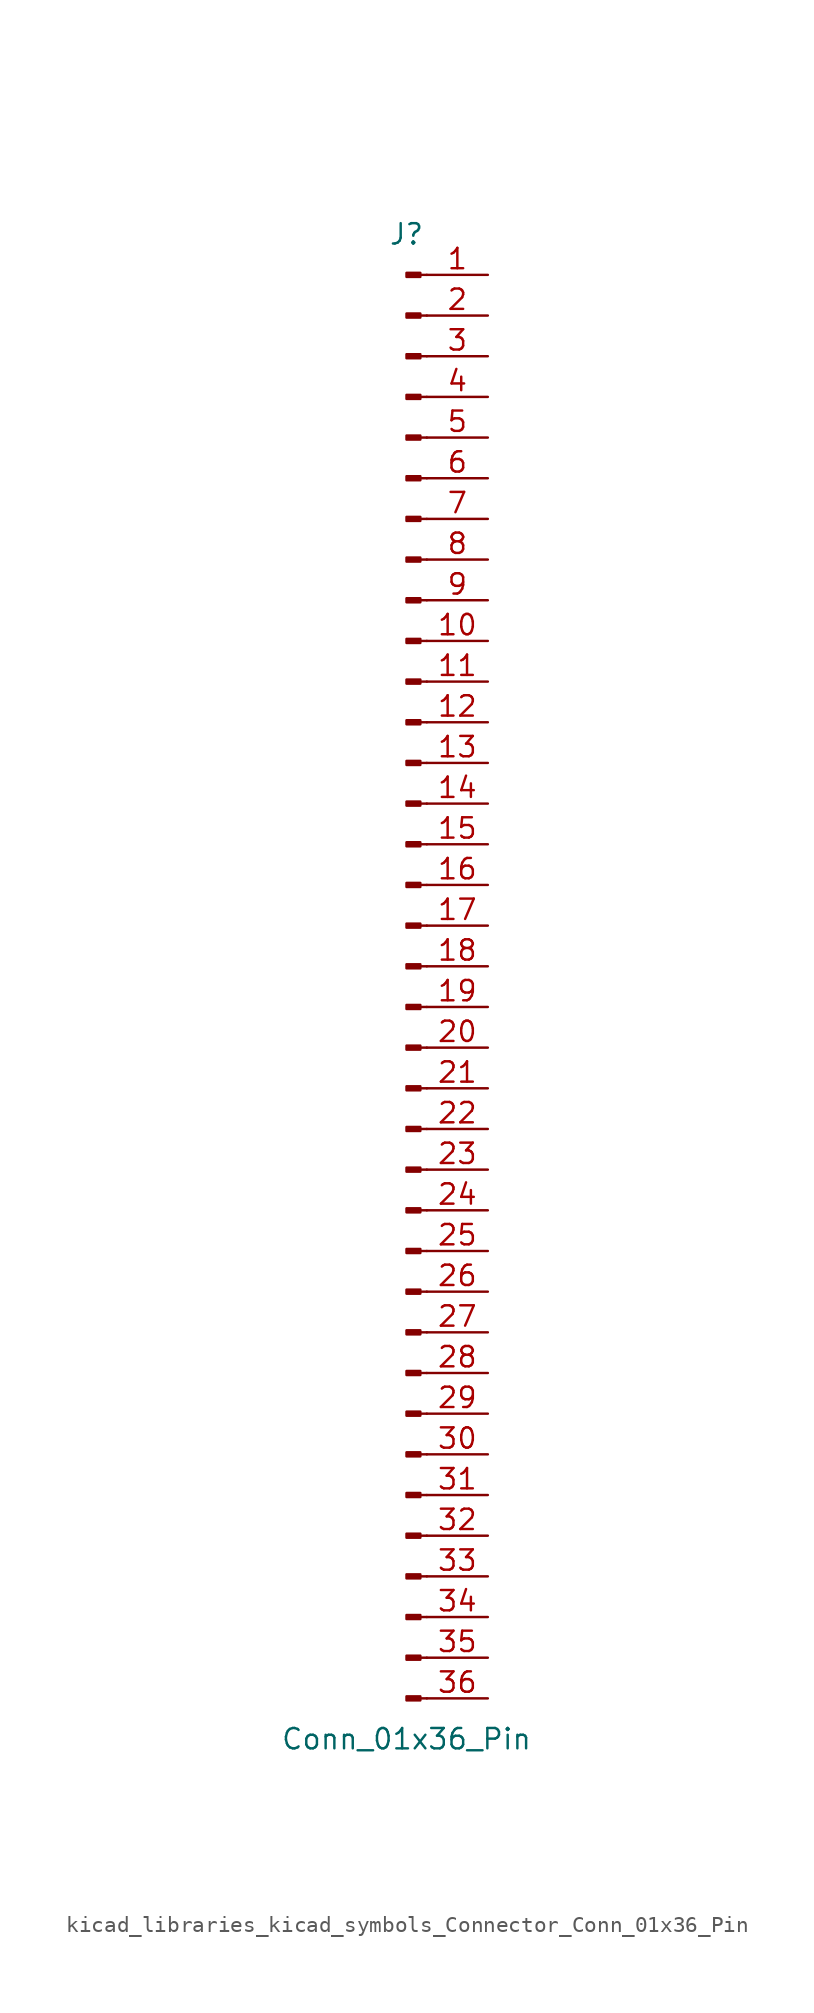
<source format=kicad_sym>
(kicad_symbol_lib
  (version 20220914)
  (generator kicad_symbol_editor)
  (symbol "kicad_libraries_kicad_symbols_Connector_Conn_01x36_Pin"
    (pin_names
      (offset 1.016) hide)
    (property "Reference" "J"
      (at 0 45.72 0)
      (effects (font (size 1.27 1.27))))
    (property "Value" "Conn_01x36_Pin"
      (at 0 -48.26 0)
      (effects (font (size 1.27 1.27))))
    (property "ki_locked" ""
      (at 0 0 0)
      (effects (font (size 1.27 1.27))))
    (symbol "kicad_libraries_kicad_symbols_Connector_Conn_01x36_Pin_1_1"
      (polyline (pts (xy 1.27 -45.72) (xy 0.864 -45.72)) (stroke (width 0.152) (type default)) (fill (type none)))
      (polyline (pts (xy 1.27 -43.18) (xy 0.864 -43.18)) (stroke (width 0.152) (type default)) (fill (type none)))
      (polyline (pts (xy 1.27 -40.64) (xy 0.864 -40.64)) (stroke (width 0.152) (type default)) (fill (type none)))
      (polyline (pts (xy 1.27 -38.1) (xy 0.864 -38.1)) (stroke (width 0.152) (type default)) (fill (type none)))
      (polyline (pts (xy 1.27 -35.56) (xy 0.864 -35.56)) (stroke (width 0.152) (type default)) (fill (type none)))
      (polyline (pts (xy 1.27 -33.02) (xy 0.864 -33.02)) (stroke (width 0.152) (type default)) (fill (type none)))
      (polyline (pts (xy 1.27 -30.48) (xy 0.864 -30.48)) (stroke (width 0.152) (type default)) (fill (type none)))
      (polyline (pts (xy 1.27 -27.94) (xy 0.864 -27.94)) (stroke (width 0.152) (type default)) (fill (type none)))
      (polyline (pts (xy 1.27 -25.4) (xy 0.864 -25.4)) (stroke (width 0.152) (type default)) (fill (type none)))
      (polyline (pts (xy 1.27 -22.86) (xy 0.864 -22.86)) (stroke (width 0.152) (type default)) (fill (type none)))
      (polyline (pts (xy 1.27 -20.32) (xy 0.864 -20.32)) (stroke (width 0.152) (type default)) (fill (type none)))
      (polyline (pts (xy 1.27 -17.78) (xy 0.864 -17.78)) (stroke (width 0.152) (type default)) (fill (type none)))
      (polyline (pts (xy 1.27 -15.24) (xy 0.864 -15.24)) (stroke (width 0.152) (type default)) (fill (type none)))
      (polyline (pts (xy 1.27 -12.7) (xy 0.864 -12.7)) (stroke (width 0.152) (type default)) (fill (type none)))
      (polyline (pts (xy 1.27 -10.16) (xy 0.864 -10.16)) (stroke (width 0.152) (type default)) (fill (type none)))
      (polyline (pts (xy 1.27 -7.62) (xy 0.864 -7.62)) (stroke (width 0.152) (type default)) (fill (type none)))
      (polyline (pts (xy 1.27 -5.08) (xy 0.864 -5.08)) (stroke (width 0.152) (type default)) (fill (type none)))
      (polyline (pts (xy 1.27 -2.54) (xy 0.864 -2.54)) (stroke (width 0.152) (type default)) (fill (type none)))
      (polyline (pts (xy 1.27 0) (xy 0.864 0)) (stroke (width 0.152) (type default)) (fill (type none)))
      (polyline (pts (xy 1.27 2.54) (xy 0.864 2.54)) (stroke (width 0.152) (type default)) (fill (type none)))
      (polyline (pts (xy 1.27 5.08) (xy 0.864 5.08)) (stroke (width 0.152) (type default)) (fill (type none)))
      (polyline (pts (xy 1.27 7.62) (xy 0.864 7.62)) (stroke (width 0.152) (type default)) (fill (type none)))
      (polyline (pts (xy 1.27 10.16) (xy 0.864 10.16)) (stroke (width 0.152) (type default)) (fill (type none)))
      (polyline (pts (xy 1.27 12.7) (xy 0.864 12.7)) (stroke (width 0.152) (type default)) (fill (type none)))
      (polyline (pts (xy 1.27 15.24) (xy 0.864 15.24)) (stroke (width 0.152) (type default)) (fill (type none)))
      (polyline (pts (xy 1.27 17.78) (xy 0.864 17.78)) (stroke (width 0.152) (type default)) (fill (type none)))
      (polyline (pts (xy 1.27 20.32) (xy 0.864 20.32)) (stroke (width 0.152) (type default)) (fill (type none)))
      (polyline (pts (xy 1.27 22.86) (xy 0.864 22.86)) (stroke (width 0.152) (type default)) (fill (type none)))
      (polyline (pts (xy 1.27 25.4) (xy 0.864 25.4)) (stroke (width 0.152) (type default)) (fill (type none)))
      (polyline (pts (xy 1.27 27.94) (xy 0.864 27.94)) (stroke (width 0.152) (type default)) (fill (type none)))
      (polyline (pts (xy 1.27 30.48) (xy 0.864 30.48)) (stroke (width 0.152) (type default)) (fill (type none)))
      (polyline (pts (xy 1.27 33.02) (xy 0.864 33.02)) (stroke (width 0.152) (type default)) (fill (type none)))
      (polyline (pts (xy 1.27 35.56) (xy 0.864 35.56)) (stroke (width 0.152) (type default)) (fill (type none)))
      (polyline (pts (xy 1.27 38.1) (xy 0.864 38.1)) (stroke (width 0.152) (type default)) (fill (type none)))
      (polyline (pts (xy 1.27 40.64) (xy 0.864 40.64)) (stroke (width 0.152) (type default)) (fill (type none)))
      (polyline (pts (xy 1.27 43.18) (xy 0.864 43.18)) (stroke (width 0.152) (type default)) (fill (type none)))
      (rectangle (start 0.864 -45.593) (end 0 -45.847) (stroke (width 0.152) (type default)) (fill (type outline)))
      (rectangle (start 0.864 -43.053) (end 0 -43.307) (stroke (width 0.152) (type default)) (fill (type outline)))
      (rectangle (start 0.864 -40.513) (end 0 -40.767) (stroke (width 0.152) (type default)) (fill (type outline)))
      (rectangle (start 0.864 -37.973) (end 0 -38.227) (stroke (width 0.152) (type default)) (fill (type outline)))
      (rectangle (start 0.864 -35.433) (end 0 -35.687) (stroke (width 0.152) (type default)) (fill (type outline)))
      (rectangle (start 0.864 -32.893) (end 0 -33.147) (stroke (width 0.152) (type default)) (fill (type outline)))
      (rectangle (start 0.864 -30.353) (end 0 -30.607) (stroke (width 0.152) (type default)) (fill (type outline)))
      (rectangle (start 0.864 -27.813) (end 0 -28.067) (stroke (width 0.152) (type default)) (fill (type outline)))
      (rectangle (start 0.864 -25.273) (end 0 -25.527) (stroke (width 0.152) (type default)) (fill (type outline)))
      (rectangle (start 0.864 -22.733) (end 0 -22.987) (stroke (width 0.152) (type default)) (fill (type outline)))
      (rectangle (start 0.864 -20.193) (end 0 -20.447) (stroke (width 0.152) (type default)) (fill (type outline)))
      (rectangle (start 0.864 -17.653) (end 0 -17.907) (stroke (width 0.152) (type default)) (fill (type outline)))
      (rectangle (start 0.864 -15.113) (end 0 -15.367) (stroke (width 0.152) (type default)) (fill (type outline)))
      (rectangle (start 0.864 -12.573) (end 0 -12.827) (stroke (width 0.152) (type default)) (fill (type outline)))
      (rectangle (start 0.864 -10.033) (end 0 -10.287) (stroke (width 0.152) (type default)) (fill (type outline)))
      (rectangle (start 0.864 -7.493) (end 0 -7.747) (stroke (width 0.152) (type default)) (fill (type outline)))
      (rectangle (start 0.864 -4.953) (end 0 -5.207) (stroke (width 0.152) (type default)) (fill (type outline)))
      (rectangle (start 0.864 -2.413) (end 0 -2.667) (stroke (width 0.152) (type default)) (fill (type outline)))
      (rectangle (start 0.864 0.127) (end 0 -0.127) (stroke (width 0.152) (type default)) (fill (type outline)))
      (rectangle (start 0.864 2.667) (end 0 2.413) (stroke (width 0.152) (type default)) (fill (type outline)))
      (rectangle (start 0.864 5.207) (end 0 4.953) (stroke (width 0.152) (type default)) (fill (type outline)))
      (rectangle (start 0.864 7.747) (end 0 7.493) (stroke (width 0.152) (type default)) (fill (type outline)))
      (rectangle (start 0.864 10.287) (end 0 10.033) (stroke (width 0.152) (type default)) (fill (type outline)))
      (rectangle (start 0.864 12.827) (end 0 12.573) (stroke (width 0.152) (type default)) (fill (type outline)))
      (rectangle (start 0.864 15.367) (end 0 15.113) (stroke (width 0.152) (type default)) (fill (type outline)))
      (rectangle (start 0.864 17.907) (end 0 17.653) (stroke (width 0.152) (type default)) (fill (type outline)))
      (rectangle (start 0.864 20.447) (end 0 20.193) (stroke (width 0.152) (type default)) (fill (type outline)))
      (rectangle (start 0.864 22.987) (end 0 22.733) (stroke (width 0.152) (type default)) (fill (type outline)))
      (rectangle (start 0.864 25.527) (end 0 25.273) (stroke (width 0.152) (type default)) (fill (type outline)))
      (rectangle (start 0.864 28.067) (end 0 27.813) (stroke (width 0.152) (type default)) (fill (type outline)))
      (rectangle (start 0.864 30.607) (end 0 30.353) (stroke (width 0.152) (type default)) (fill (type outline)))
      (rectangle (start 0.864 33.147) (end 0 32.893) (stroke (width 0.152) (type default)) (fill (type outline)))
      (rectangle (start 0.864 35.687) (end 0 35.433) (stroke (width 0.152) (type default)) (fill (type outline)))
      (rectangle (start 0.864 38.227) (end 0 37.973) (stroke (width 0.152) (type default)) (fill (type outline)))
      (rectangle (start 0.864 40.767) (end 0 40.513) (stroke (width 0.152) (type default)) (fill (type outline)))
      (rectangle (start 0.864 43.307) (end 0 43.053) (stroke (width 0.152) (type default)) (fill (type outline)))
      (pin passive line (at 5.08 43.18 180) (length 3.81) (name "Pin_1" (effects (font (size 1.27 1.27)))) (number "1" (effects (font (size 1.27 1.27)))))
      (pin passive line (at 5.08 20.32 180) (length 3.81) (name "Pin_10" (effects (font (size 1.27 1.27)))) (number "10" (effects (font (size 1.27 1.27)))))
      (pin passive line (at 5.08 17.78 180) (length 3.81) (name "Pin_11" (effects (font (size 1.27 1.27)))) (number "11" (effects (font (size 1.27 1.27)))))
      (pin passive line (at 5.08 15.24 180) (length 3.81) (name "Pin_12" (effects (font (size 1.27 1.27)))) (number "12" (effects (font (size 1.27 1.27)))))
      (pin passive line (at 5.08 12.7 180) (length 3.81) (name "Pin_13" (effects (font (size 1.27 1.27)))) (number "13" (effects (font (size 1.27 1.27)))))
      (pin passive line (at 5.08 10.16 180) (length 3.81) (name "Pin_14" (effects (font (size 1.27 1.27)))) (number "14" (effects (font (size 1.27 1.27)))))
      (pin passive line (at 5.08 7.62 180) (length 3.81) (name "Pin_15" (effects (font (size 1.27 1.27)))) (number "15" (effects (font (size 1.27 1.27)))))
      (pin passive line (at 5.08 5.08 180) (length 3.81) (name "Pin_16" (effects (font (size 1.27 1.27)))) (number "16" (effects (font (size 1.27 1.27)))))
      (pin passive line (at 5.08 2.54 180) (length 3.81) (name "Pin_17" (effects (font (size 1.27 1.27)))) (number "17" (effects (font (size 1.27 1.27)))))
      (pin passive line (at 5.08 0 180) (length 3.81) (name "Pin_18" (effects (font (size 1.27 1.27)))) (number "18" (effects (font (size 1.27 1.27)))))
      (pin passive line (at 5.08 -2.54 180) (length 3.81) (name "Pin_19" (effects (font (size 1.27 1.27)))) (number "19" (effects (font (size 1.27 1.27)))))
      (pin passive line (at 5.08 40.64 180) (length 3.81) (name "Pin_2" (effects (font (size 1.27 1.27)))) (number "2" (effects (font (size 1.27 1.27)))))
      (pin passive line (at 5.08 -5.08 180) (length 3.81) (name "Pin_20" (effects (font (size 1.27 1.27)))) (number "20" (effects (font (size 1.27 1.27)))))
      (pin passive line (at 5.08 -7.62 180) (length 3.81) (name "Pin_21" (effects (font (size 1.27 1.27)))) (number "21" (effects (font (size 1.27 1.27)))))
      (pin passive line (at 5.08 -10.16 180) (length 3.81) (name "Pin_22" (effects (font (size 1.27 1.27)))) (number "22" (effects (font (size 1.27 1.27)))))
      (pin passive line (at 5.08 -12.7 180) (length 3.81) (name "Pin_23" (effects (font (size 1.27 1.27)))) (number "23" (effects (font (size 1.27 1.27)))))
      (pin passive line (at 5.08 -15.24 180) (length 3.81) (name "Pin_24" (effects (font (size 1.27 1.27)))) (number "24" (effects (font (size 1.27 1.27)))))
      (pin passive line (at 5.08 -17.78 180) (length 3.81) (name "Pin_25" (effects (font (size 1.27 1.27)))) (number "25" (effects (font (size 1.27 1.27)))))
      (pin passive line (at 5.08 -20.32 180) (length 3.81) (name "Pin_26" (effects (font (size 1.27 1.27)))) (number "26" (effects (font (size 1.27 1.27)))))
      (pin passive line (at 5.08 -22.86 180) (length 3.81) (name "Pin_27" (effects (font (size 1.27 1.27)))) (number "27" (effects (font (size 1.27 1.27)))))
      (pin passive line (at 5.08 -25.4 180) (length 3.81) (name "Pin_28" (effects (font (size 1.27 1.27)))) (number "28" (effects (font (size 1.27 1.27)))))
      (pin passive line (at 5.08 -27.94 180) (length 3.81) (name "Pin_29" (effects (font (size 1.27 1.27)))) (number "29" (effects (font (size 1.27 1.27)))))
      (pin passive line (at 5.08 38.1 180) (length 3.81) (name "Pin_3" (effects (font (size 1.27 1.27)))) (number "3" (effects (font (size 1.27 1.27)))))
      (pin passive line (at 5.08 -30.48 180) (length 3.81) (name "Pin_30" (effects (font (size 1.27 1.27)))) (number "30" (effects (font (size 1.27 1.27)))))
      (pin passive line (at 5.08 -33.02 180) (length 3.81) (name "Pin_31" (effects (font (size 1.27 1.27)))) (number "31" (effects (font (size 1.27 1.27)))))
      (pin passive line (at 5.08 -35.56 180) (length 3.81) (name "Pin_32" (effects (font (size 1.27 1.27)))) (number "32" (effects (font (size 1.27 1.27)))))
      (pin passive line (at 5.08 -38.1 180) (length 3.81) (name "Pin_33" (effects (font (size 1.27 1.27)))) (number "33" (effects (font (size 1.27 1.27)))))
      (pin passive line (at 5.08 -40.64 180) (length 3.81) (name "Pin_34" (effects (font (size 1.27 1.27)))) (number "34" (effects (font (size 1.27 1.27)))))
      (pin passive line (at 5.08 -43.18 180) (length 3.81) (name "Pin_35" (effects (font (size 1.27 1.27)))) (number "35" (effects (font (size 1.27 1.27)))))
      (pin passive line (at 5.08 -45.72 180) (length 3.81) (name "Pin_36" (effects (font (size 1.27 1.27)))) (number "36" (effects (font (size 1.27 1.27)))))
      (pin passive line (at 5.08 35.56 180) (length 3.81) (name "Pin_4" (effects (font (size 1.27 1.27)))) (number "4" (effects (font (size 1.27 1.27)))))
      (pin passive line (at 5.08 33.02 180) (length 3.81) (name "Pin_5" (effects (font (size 1.27 1.27)))) (number "5" (effects (font (size 1.27 1.27)))))
      (pin passive line (at 5.08 30.48 180) (length 3.81) (name "Pin_6" (effects (font (size 1.27 1.27)))) (number "6" (effects (font (size 1.27 1.27)))))
      (pin passive line (at 5.08 27.94 180) (length 3.81) (name "Pin_7" (effects (font (size 1.27 1.27)))) (number "7" (effects (font (size 1.27 1.27)))))
      (pin passive line (at 5.08 25.4 180) (length 3.81) (name "Pin_8" (effects (font (size 1.27 1.27)))) (number "8" (effects (font (size 1.27 1.27)))))
      (pin passive line (at 5.08 22.86 180) (length 3.81) (name "Pin_9" (effects (font (size 1.27 1.27)))) (number "9" (effects (font (size 1.27 1.27))))))))
</source>
